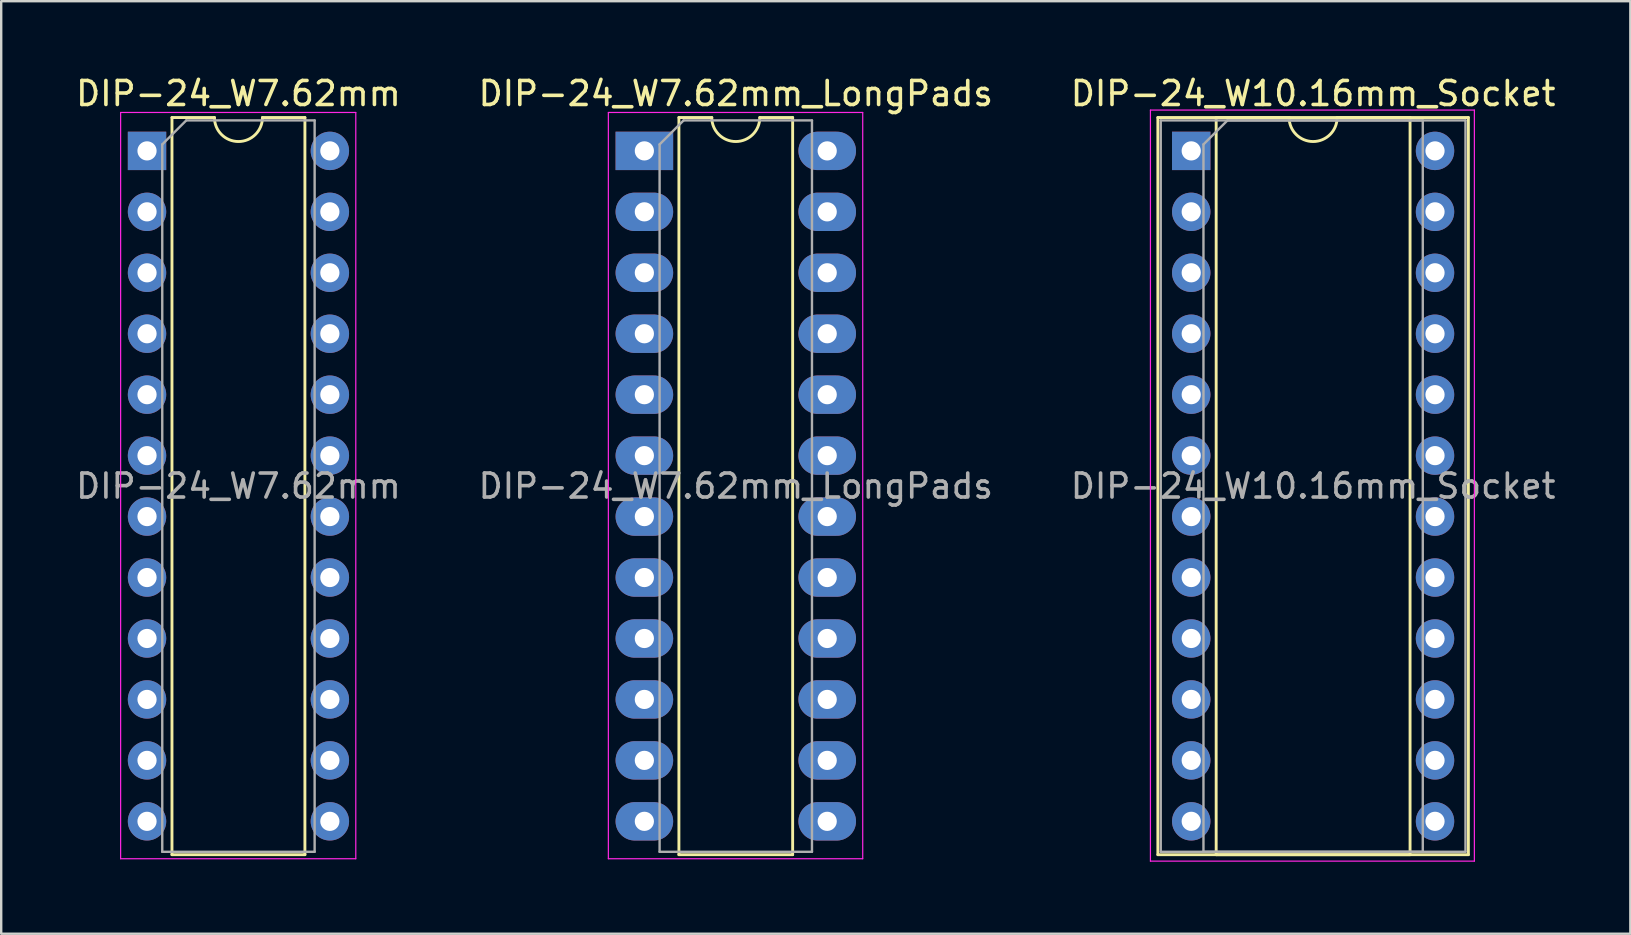
<source format=kicad_pcb>
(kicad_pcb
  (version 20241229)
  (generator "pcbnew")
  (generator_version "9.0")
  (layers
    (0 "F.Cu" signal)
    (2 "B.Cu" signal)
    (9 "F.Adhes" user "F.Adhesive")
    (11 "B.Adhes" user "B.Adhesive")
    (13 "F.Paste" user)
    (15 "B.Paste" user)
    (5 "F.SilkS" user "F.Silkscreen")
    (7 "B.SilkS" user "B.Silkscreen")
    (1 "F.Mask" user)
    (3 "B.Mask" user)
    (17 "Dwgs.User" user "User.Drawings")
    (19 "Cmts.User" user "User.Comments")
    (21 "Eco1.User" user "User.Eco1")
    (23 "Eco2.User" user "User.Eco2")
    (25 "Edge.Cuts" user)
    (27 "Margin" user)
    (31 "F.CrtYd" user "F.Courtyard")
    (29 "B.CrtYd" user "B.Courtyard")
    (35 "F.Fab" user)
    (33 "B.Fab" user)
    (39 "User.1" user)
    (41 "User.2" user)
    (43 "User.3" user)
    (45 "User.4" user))
  (footprint "DIP-24_W7.62mm_LongPads"
    (layer "F.Cu")
    (at 23.803 3.238)
    (property "Reference" "DIP-24_W7.62mm_LongPads" (at 3.81 -2.39 0) (layer "F.SilkS") (effects (font (size 1 1) (thickness 0.15))))
    (attr through_hole)
    (fp_line (start 1.44 -1.39) (end 1.44 29.33) (stroke (width 0.12) (type solid)) (layer "F.SilkS"))
    (fp_line (start 1.44 29.33) (end 6.18 29.33) (stroke (width 0.12) (type solid)) (layer "F.SilkS"))
    (fp_line (start 2.81 -1.39) (end 1.44 -1.39) (stroke (width 0.12) (type solid)) (layer "F.SilkS"))
    (fp_line (start 6.18 -1.39) (end 4.81 -1.39) (stroke (width 0.12) (type solid)) (layer "F.SilkS"))
    (fp_line (start 6.18 29.33) (end 6.18 -1.39) (stroke (width 0.12) (type solid)) (layer "F.SilkS"))
    (fp_arc (start 4.81 -1.39) (mid 3.81 -0.39) (end 2.81 -1.39) (stroke (width 0.12) (type solid)) (layer "F.SilkS"))
    (fp_line (start -1.5 -1.6) (end -1.5 29.5) (stroke (width 0.05) (type solid)) (layer "F.CrtYd"))
    (fp_line (start -1.5 29.5) (end 9.1 29.5) (stroke (width 0.05) (type solid)) (layer "F.CrtYd"))
    (fp_line (start 9.1 -1.6) (end -1.5 -1.6) (stroke (width 0.05) (type solid)) (layer "F.CrtYd"))
    (fp_line (start 9.1 29.5) (end 9.1 -1.6) (stroke (width 0.05) (type solid)) (layer "F.CrtYd"))
    (fp_line (start 0.635 -0.27) (end 1.635 -1.27) (stroke (width 0.1) (type solid)) (layer "F.Fab"))
    (fp_line (start 0.635 29.21) (end 0.635 -0.27) (stroke (width 0.1) (type solid)) (layer "F.Fab"))
    (fp_line (start 1.635 -1.27) (end 6.985 -1.27) (stroke (width 0.1) (type solid)) (layer "F.Fab"))
    (fp_line (start 6.985 -1.27) (end 6.985 29.21) (stroke (width 0.1) (type solid)) (layer "F.Fab"))
    (fp_line (start 6.985 29.21) (end 0.635 29.21) (stroke (width 0.1) (type solid)) (layer "F.Fab"))
    (fp_text user "${REFERENCE}" (at 3.81 13.97 0) (layer "F.Fab") (effects (font (size 1 1) (thickness 0.15))))
    (pad "1" thru_hole rect (at 0 0) (size 2.4 1.6) (drill 0.8) (layers "*.Cu" "*.Mask"))
    (pad "2" thru_hole oval (at 0 2.54) (size 2.4 1.6) (drill 0.8) (layers "*.Cu" "*.Mask"))
    (pad "3" thru_hole oval (at 0 5.08) (size 2.4 1.6) (drill 0.8) (layers "*.Cu" "*.Mask"))
    (pad "4" thru_hole oval (at 0 7.62) (size 2.4 1.6) (drill 0.8) (layers "*.Cu" "*.Mask"))
    (pad "5" thru_hole oval (at 0 10.16) (size 2.4 1.6) (drill 0.8) (layers "*.Cu" "*.Mask"))
    (pad "6" thru_hole oval (at 0 12.7) (size 2.4 1.6) (drill 0.8) (layers "*.Cu" "*.Mask"))
    (pad "7" thru_hole oval (at 0 15.24) (size 2.4 1.6) (drill 0.8) (layers "*.Cu" "*.Mask"))
    (pad "8" thru_hole oval (at 0 17.78) (size 2.4 1.6) (drill 0.8) (layers "*.Cu" "*.Mask"))
    (pad "9" thru_hole oval (at 0 20.32) (size 2.4 1.6) (drill 0.8) (layers "*.Cu" "*.Mask"))
    (pad "10" thru_hole oval (at 0 22.86) (size 2.4 1.6) (drill 0.8) (layers "*.Cu" "*.Mask"))
    (pad "11" thru_hole oval (at 0 25.4) (size 2.4 1.6) (drill 0.8) (layers "*.Cu" "*.Mask"))
    (pad "12" thru_hole oval (at 0 27.94) (size 2.4 1.6) (drill 0.8) (layers "*.Cu" "*.Mask"))
    (pad "13" thru_hole oval (at 7.62 27.94) (size 2.4 1.6) (drill 0.8) (layers "*.Cu" "*.Mask"))
    (pad "14" thru_hole oval (at 7.62 25.4) (size 2.4 1.6) (drill 0.8) (layers "*.Cu" "*.Mask"))
    (pad "15" thru_hole oval (at 7.62 22.86) (size 2.4 1.6) (drill 0.8) (layers "*.Cu" "*.Mask"))
    (pad "16" thru_hole oval (at 7.62 20.32) (size 2.4 1.6) (drill 0.8) (layers "*.Cu" "*.Mask"))
    (pad "17" thru_hole oval (at 7.62 17.78) (size 2.4 1.6) (drill 0.8) (layers "*.Cu" "*.Mask"))
    (pad "18" thru_hole oval (at 7.62 15.24) (size 2.4 1.6) (drill 0.8) (layers "*.Cu" "*.Mask"))
    (pad "19" thru_hole oval (at 7.62 12.7) (size 2.4 1.6) (drill 0.8) (layers "*.Cu" "*.Mask"))
    (pad "20" thru_hole oval (at 7.62 10.16) (size 2.4 1.6) (drill 0.8) (layers "*.Cu" "*.Mask"))
    (pad "21" thru_hole oval (at 7.62 7.62) (size 2.4 1.6) (drill 0.8) (layers "*.Cu" "*.Mask"))
    (pad "22" thru_hole oval (at 7.62 5.08) (size 2.4 1.6) (drill 0.8) (layers "*.Cu" "*.Mask"))
    (pad "23" thru_hole oval (at 7.62 2.54) (size 2.4 1.6) (drill 0.8) (layers "*.Cu" "*.Mask"))
    (pad "24" thru_hole oval (at 7.62 0) (size 2.4 1.6) (drill 0.8) (layers "*.Cu" "*.Mask")))
  (footprint "DIP-24_W7.62mm"
    (layer "F.Cu")
    (at 3.077 3.238)
    (property "Reference" "DIP-24_W7.62mm" (at 3.81 -2.39 0) (layer "F.SilkS") (effects (font (size 1 1) (thickness 0.15))))
    (attr through_hole)
    (fp_line (start 1.04 -1.39) (end 1.04 29.33) (stroke (width 0.12) (type solid)) (layer "F.SilkS"))
    (fp_line (start 1.04 29.33) (end 6.58 29.33) (stroke (width 0.12) (type solid)) (layer "F.SilkS"))
    (fp_line (start 2.81 -1.39) (end 1.04 -1.39) (stroke (width 0.12) (type solid)) (layer "F.SilkS"))
    (fp_line (start 6.58 -1.39) (end 4.81 -1.39) (stroke (width 0.12) (type solid)) (layer "F.SilkS"))
    (fp_line (start 6.58 29.33) (end 6.58 -1.39) (stroke (width 0.12) (type solid)) (layer "F.SilkS"))
    (fp_arc (start 4.81 -1.39) (mid 3.81 -0.39) (end 2.81 -1.39) (stroke (width 0.12) (type solid)) (layer "F.SilkS"))
    (fp_line (start -1.1 -1.6) (end -1.1 29.5) (stroke (width 0.05) (type solid)) (layer "F.CrtYd"))
    (fp_line (start -1.1 29.5) (end 8.7 29.5) (stroke (width 0.05) (type solid)) (layer "F.CrtYd"))
    (fp_line (start 8.7 -1.6) (end -1.1 -1.6) (stroke (width 0.05) (type solid)) (layer "F.CrtYd"))
    (fp_line (start 8.7 29.5) (end 8.7 -1.6) (stroke (width 0.05) (type solid)) (layer "F.CrtYd"))
    (fp_line (start 0.635 -0.27) (end 1.635 -1.27) (stroke (width 0.1) (type solid)) (layer "F.Fab"))
    (fp_line (start 0.635 29.21) (end 0.635 -0.27) (stroke (width 0.1) (type solid)) (layer "F.Fab"))
    (fp_line (start 1.635 -1.27) (end 6.985 -1.27) (stroke (width 0.1) (type solid)) (layer "F.Fab"))
    (fp_line (start 6.985 -1.27) (end 6.985 29.21) (stroke (width 0.1) (type solid)) (layer "F.Fab"))
    (fp_line (start 6.985 29.21) (end 0.635 29.21) (stroke (width 0.1) (type solid)) (layer "F.Fab"))
    (fp_text user "${REFERENCE}" (at 3.81 13.97 0) (layer "F.Fab") (effects (font (size 1 1) (thickness 0.15))))
    (pad "1" thru_hole rect (at 0 0) (size 1.6 1.6) (drill 0.8) (layers "*.Cu" "*.Mask"))
    (pad "2" thru_hole oval (at 0 2.54) (size 1.6 1.6) (drill 0.8) (layers "*.Cu" "*.Mask"))
    (pad "3" thru_hole oval (at 0 5.08) (size 1.6 1.6) (drill 0.8) (layers "*.Cu" "*.Mask"))
    (pad "4" thru_hole oval (at 0 7.62) (size 1.6 1.6) (drill 0.8) (layers "*.Cu" "*.Mask"))
    (pad "5" thru_hole oval (at 0 10.16) (size 1.6 1.6) (drill 0.8) (layers "*.Cu" "*.Mask"))
    (pad "6" thru_hole oval (at 0 12.7) (size 1.6 1.6) (drill 0.8) (layers "*.Cu" "*.Mask"))
    (pad "7" thru_hole oval (at 0 15.24) (size 1.6 1.6) (drill 0.8) (layers "*.Cu" "*.Mask"))
    (pad "8" thru_hole oval (at 0 17.78) (size 1.6 1.6) (drill 0.8) (layers "*.Cu" "*.Mask"))
    (pad "9" thru_hole oval (at 0 20.32) (size 1.6 1.6) (drill 0.8) (layers "*.Cu" "*.Mask"))
    (pad "10" thru_hole oval (at 0 22.86) (size 1.6 1.6) (drill 0.8) (layers "*.Cu" "*.Mask"))
    (pad "11" thru_hole oval (at 0 25.4) (size 1.6 1.6) (drill 0.8) (layers "*.Cu" "*.Mask"))
    (pad "12" thru_hole oval (at 0 27.94) (size 1.6 1.6) (drill 0.8) (layers "*.Cu" "*.Mask"))
    (pad "13" thru_hole oval (at 7.62 27.94) (size 1.6 1.6) (drill 0.8) (layers "*.Cu" "*.Mask"))
    (pad "14" thru_hole oval (at 7.62 25.4) (size 1.6 1.6) (drill 0.8) (layers "*.Cu" "*.Mask"))
    (pad "15" thru_hole oval (at 7.62 22.86) (size 1.6 1.6) (drill 0.8) (layers "*.Cu" "*.Mask"))
    (pad "16" thru_hole oval (at 7.62 20.32) (size 1.6 1.6) (drill 0.8) (layers "*.Cu" "*.Mask"))
    (pad "17" thru_hole oval (at 7.62 17.78) (size 1.6 1.6) (drill 0.8) (layers "*.Cu" "*.Mask"))
    (pad "18" thru_hole oval (at 7.62 15.24) (size 1.6 1.6) (drill 0.8) (layers "*.Cu" "*.Mask"))
    (pad "19" thru_hole oval (at 7.62 12.7) (size 1.6 1.6) (drill 0.8) (layers "*.Cu" "*.Mask"))
    (pad "20" thru_hole oval (at 7.62 10.16) (size 1.6 1.6) (drill 0.8) (layers "*.Cu" "*.Mask"))
    (pad "21" thru_hole oval (at 7.62 7.62) (size 1.6 1.6) (drill 0.8) (layers "*.Cu" "*.Mask"))
    (pad "22" thru_hole oval (at 7.62 5.08) (size 1.6 1.6) (drill 0.8) (layers "*.Cu" "*.Mask"))
    (pad "23" thru_hole oval (at 7.62 2.54) (size 1.6 1.6) (drill 0.8) (layers "*.Cu" "*.Mask"))
    (pad "24" thru_hole oval (at 7.62 0) (size 1.6 1.6) (drill 0.8) (layers "*.Cu" "*.Mask")))
  (footprint "DIP-24_W10.16mm_Socket"
    (layer "F.Cu")
    (at 46.593 3.238)
    (property "Reference" "DIP-24_W10.16mm_Socket" (at 5.08 -2.39 0) (layer "F.SilkS") (effects (font (size 1 1) (thickness 0.15))))
    (attr through_hole)
    (fp_line (start -1.39 -1.39) (end -1.39 29.33) (stroke (width 0.12) (type solid)) (layer "F.SilkS"))
    (fp_line (start -1.39 29.33) (end 11.55 29.33) (stroke (width 0.12) (type solid)) (layer "F.SilkS"))
    (fp_line (start 1.04 -1.39) (end 1.04 29.33) (stroke (width 0.12) (type solid)) (layer "F.SilkS"))
    (fp_line (start 1.04 29.33) (end 9.12 29.33) (stroke (width 0.12) (type solid)) (layer "F.SilkS"))
    (fp_line (start 4.08 -1.39) (end 1.04 -1.39) (stroke (width 0.12) (type solid)) (layer "F.SilkS"))
    (fp_line (start 9.12 -1.39) (end 6.08 -1.39) (stroke (width 0.12) (type solid)) (layer "F.SilkS"))
    (fp_line (start 9.12 29.33) (end 9.12 -1.39) (stroke (width 0.12) (type solid)) (layer "F.SilkS"))
    (fp_line (start 11.55 -1.39) (end -1.39 -1.39) (stroke (width 0.12) (type solid)) (layer "F.SilkS"))
    (fp_line (start 11.55 29.33) (end 11.55 -1.39) (stroke (width 0.12) (type solid)) (layer "F.SilkS"))
    (fp_arc (start 6.08 -1.39) (mid 5.08 -0.39) (end 4.08 -1.39) (stroke (width 0.12) (type solid)) (layer "F.SilkS"))
    (fp_line (start -1.7 -1.7) (end -1.7 29.6) (stroke (width 0.05) (type solid)) (layer "F.CrtYd"))
    (fp_line (start -1.7 29.6) (end 11.8 29.6) (stroke (width 0.05) (type solid)) (layer "F.CrtYd"))
    (fp_line (start 11.8 -1.7) (end -1.7 -1.7) (stroke (width 0.05) (type solid)) (layer "F.CrtYd"))
    (fp_line (start 11.8 29.6) (end 11.8 -1.7) (stroke (width 0.05) (type solid)) (layer "F.CrtYd"))
    (fp_line (start -1.27 -1.27) (end -1.27 29.21) (stroke (width 0.1) (type solid)) (layer "F.Fab"))
    (fp_line (start -1.27 29.21) (end 11.43 29.21) (stroke (width 0.1) (type solid)) (layer "F.Fab"))
    (fp_line (start 0.51 -0.27) (end 1.51 -1.27) (stroke (width 0.1) (type solid)) (layer "F.Fab"))
    (fp_line (start 0.51 29.21) (end 0.51 -0.27) (stroke (width 0.1) (type solid)) (layer "F.Fab"))
    (fp_line (start 1.51 -1.27) (end 9.65 -1.27) (stroke (width 0.1) (type solid)) (layer "F.Fab"))
    (fp_line (start 9.65 -1.27) (end 9.65 29.21) (stroke (width 0.1) (type solid)) (layer "F.Fab"))
    (fp_line (start 9.65 29.21) (end 0.51 29.21) (stroke (width 0.1) (type solid)) (layer "F.Fab"))
    (fp_line (start 11.43 -1.27) (end -1.27 -1.27) (stroke (width 0.1) (type solid)) (layer "F.Fab"))
    (fp_line (start 11.43 29.21) (end 11.43 -1.27) (stroke (width 0.1) (type solid)) (layer "F.Fab"))
    (fp_text user "${REFERENCE}" (at 5.08 13.97 0) (layer "F.Fab") (effects (font (size 1 1) (thickness 0.15))))
    (pad "1" thru_hole rect (at 0 0) (size 1.6 1.6) (drill 0.8) (layers "*.Cu" "*.Mask"))
    (pad "2" thru_hole oval (at 0 2.54) (size 1.6 1.6) (drill 0.8) (layers "*.Cu" "*.Mask"))
    (pad "3" thru_hole oval (at 0 5.08) (size 1.6 1.6) (drill 0.8) (layers "*.Cu" "*.Mask"))
    (pad "4" thru_hole oval (at 0 7.62) (size 1.6 1.6) (drill 0.8) (layers "*.Cu" "*.Mask"))
    (pad "5" thru_hole oval (at 0 10.16) (size 1.6 1.6) (drill 0.8) (layers "*.Cu" "*.Mask"))
    (pad "6" thru_hole oval (at 0 12.7) (size 1.6 1.6) (drill 0.8) (layers "*.Cu" "*.Mask"))
    (pad "7" thru_hole oval (at 0 15.24) (size 1.6 1.6) (drill 0.8) (layers "*.Cu" "*.Mask"))
    (pad "8" thru_hole oval (at 0 17.78) (size 1.6 1.6) (drill 0.8) (layers "*.Cu" "*.Mask"))
    (pad "9" thru_hole oval (at 0 20.32) (size 1.6 1.6) (drill 0.8) (layers "*.Cu" "*.Mask"))
    (pad "10" thru_hole oval (at 0 22.86) (size 1.6 1.6) (drill 0.8) (layers "*.Cu" "*.Mask"))
    (pad "11" thru_hole oval (at 0 25.4) (size 1.6 1.6) (drill 0.8) (layers "*.Cu" "*.Mask"))
    (pad "12" thru_hole oval (at 0 27.94) (size 1.6 1.6) (drill 0.8) (layers "*.Cu" "*.Mask"))
    (pad "13" thru_hole oval (at 10.16 27.94) (size 1.6 1.6) (drill 0.8) (layers "*.Cu" "*.Mask"))
    (pad "14" thru_hole oval (at 10.16 25.4) (size 1.6 1.6) (drill 0.8) (layers "*.Cu" "*.Mask"))
    (pad "15" thru_hole oval (at 10.16 22.86) (size 1.6 1.6) (drill 0.8) (layers "*.Cu" "*.Mask"))
    (pad "16" thru_hole oval (at 10.16 20.32) (size 1.6 1.6) (drill 0.8) (layers "*.Cu" "*.Mask"))
    (pad "17" thru_hole oval (at 10.16 17.78) (size 1.6 1.6) (drill 0.8) (layers "*.Cu" "*.Mask"))
    (pad "18" thru_hole oval (at 10.16 15.24) (size 1.6 1.6) (drill 0.8) (layers "*.Cu" "*.Mask"))
    (pad "19" thru_hole oval (at 10.16 12.7) (size 1.6 1.6) (drill 0.8) (layers "*.Cu" "*.Mask"))
    (pad "20" thru_hole oval (at 10.16 10.16) (size 1.6 1.6) (drill 0.8) (layers "*.Cu" "*.Mask"))
    (pad "21" thru_hole oval (at 10.16 7.62) (size 1.6 1.6) (drill 0.8) (layers "*.Cu" "*.Mask"))
    (pad "22" thru_hole oval (at 10.16 5.08) (size 1.6 1.6) (drill 0.8) (layers "*.Cu" "*.Mask"))
    (pad "23" thru_hole oval (at 10.16 2.54) (size 1.6 1.6) (drill 0.8) (layers "*.Cu" "*.Mask"))
    (pad "24" thru_hole oval (at 10.16 0) (size 1.6 1.6) (drill 0.8) (layers "*.Cu" "*.Mask")))
  (gr_rect
    (start -3 -3)
    (end 64.893 35.863)
    (stroke (width 0.1) (type default))
    (fill no)
    (layer "Edge.Cuts")))
</source>
